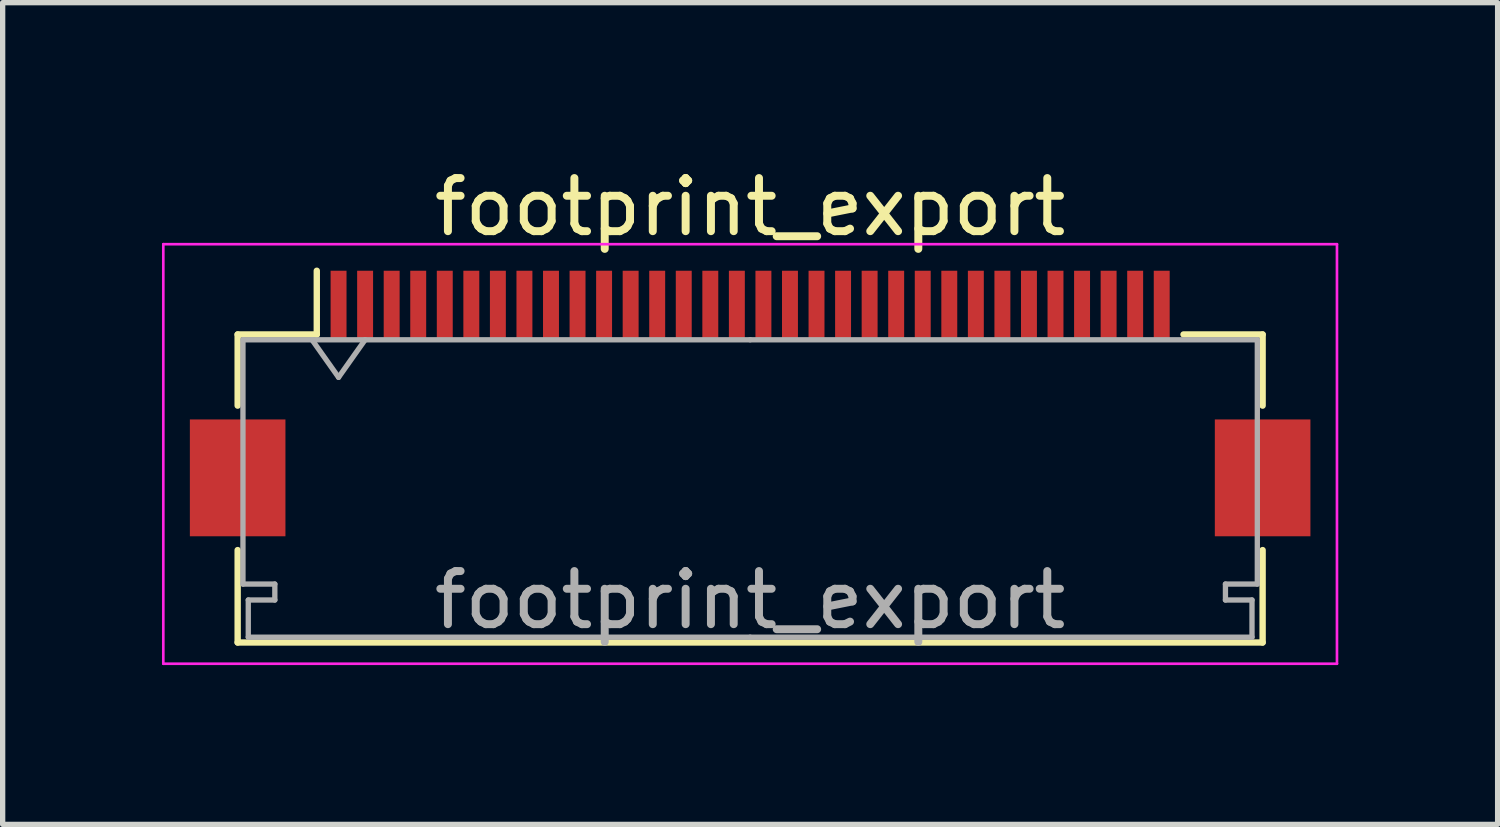
<source format=kicad_pcb>
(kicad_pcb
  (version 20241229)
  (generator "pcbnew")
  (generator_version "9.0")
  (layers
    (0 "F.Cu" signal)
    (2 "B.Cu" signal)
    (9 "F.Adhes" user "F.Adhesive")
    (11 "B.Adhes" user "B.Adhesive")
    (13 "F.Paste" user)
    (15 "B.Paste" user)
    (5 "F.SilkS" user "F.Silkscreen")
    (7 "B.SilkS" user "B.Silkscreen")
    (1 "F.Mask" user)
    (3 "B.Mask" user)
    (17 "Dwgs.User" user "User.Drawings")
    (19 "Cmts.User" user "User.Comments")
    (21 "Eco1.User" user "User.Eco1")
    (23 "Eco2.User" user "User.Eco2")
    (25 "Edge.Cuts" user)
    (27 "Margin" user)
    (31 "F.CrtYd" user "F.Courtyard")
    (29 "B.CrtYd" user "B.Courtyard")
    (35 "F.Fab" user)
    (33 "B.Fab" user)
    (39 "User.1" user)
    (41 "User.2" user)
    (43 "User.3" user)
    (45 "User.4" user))
  (footprint "footprint_export"
    (layer "F.Cu")
    (at 11.075 4.548)
    (property "Reference" "footprint_export" (at 0 -3.7 0) (layer "F.SilkS") (effects (font (size 1 1) (thickness 0.15))))
    (attr smd)
    (fp_line (start -9.65 -1.3) (end -9.65 0.04) (stroke (width 0.12) (type solid)) (layer "F.SilkS"))
    (fp_line (start -9.65 2.76) (end -9.65 4.5) (stroke (width 0.12) (type solid)) (layer "F.SilkS"))
    (fp_line (start -9.65 4.5) (end 9.65 4.5) (stroke (width 0.12) (type solid)) (layer "F.SilkS"))
    (fp_line (start -8.16 -1.3) (end -9.65 -1.3) (stroke (width 0.12) (type solid)) (layer "F.SilkS"))
    (fp_line (start -8.16 -1.3) (end -8.16 -2.5) (stroke (width 0.12) (type solid)) (layer "F.SilkS"))
    (fp_line (start 8.16 -1.3) (end 9.65 -1.3) (stroke (width 0.12) (type solid)) (layer "F.SilkS"))
    (fp_line (start 9.65 -1.3) (end 9.65 0.04) (stroke (width 0.12) (type solid)) (layer "F.SilkS"))
    (fp_line (start 9.65 4.5) (end 9.65 2.76) (stroke (width 0.12) (type solid)) (layer "F.SilkS"))
    (fp_line (start -11.05 -3) (end -11.05 4.9) (stroke (width 0.05) (type solid)) (layer "F.CrtYd"))
    (fp_line (start -11.05 4.9) (end 11.05 4.9) (stroke (width 0.05) (type solid)) (layer "F.CrtYd"))
    (fp_line (start 11.05 -3) (end -11.05 -3) (stroke (width 0.05) (type solid)) (layer "F.CrtYd"))
    (fp_line (start 11.05 4.9) (end 11.05 -3) (stroke (width 0.05) (type solid)) (layer "F.CrtYd"))
    (fp_line (start -9.55 -1.2) (end -9.55 3.4) (stroke (width 0.1) (type solid)) (layer "F.Fab"))
    (fp_line (start -9.55 3.4) (end -8.95 3.4) (stroke (width 0.1) (type solid)) (layer "F.Fab"))
    (fp_line (start -9.45 3.7) (end -9.45 4.4) (stroke (width 0.1) (type solid)) (layer "F.Fab"))
    (fp_line (start -9.45 4.4) (end 0 4.4) (stroke (width 0.1) (type solid)) (layer "F.Fab"))
    (fp_line (start -8.95 3.4) (end -8.95 3.7) (stroke (width 0.1) (type solid)) (layer "F.Fab"))
    (fp_line (start -8.95 3.7) (end -9.45 3.7) (stroke (width 0.1) (type solid)) (layer "F.Fab"))
    (fp_line (start -8.25 -1.2) (end -7.75 -0.493) (stroke (width 0.1) (type solid)) (layer "F.Fab"))
    (fp_line (start -7.75 -0.493) (end -7.25 -1.2) (stroke (width 0.1) (type solid)) (layer "F.Fab"))
    (fp_line (start 0 -1.2) (end -9.55 -1.2) (stroke (width 0.1) (type solid)) (layer "F.Fab"))
    (fp_line (start 0 -1.2) (end 9.55 -1.2) (stroke (width 0.1) (type solid)) (layer "F.Fab"))
    (fp_line (start 8.95 3.4) (end 8.95 3.7) (stroke (width 0.1) (type solid)) (layer "F.Fab"))
    (fp_line (start 8.95 3.7) (end 9.45 3.7) (stroke (width 0.1) (type solid)) (layer "F.Fab"))
    (fp_line (start 9.45 3.7) (end 9.45 4.4) (stroke (width 0.1) (type solid)) (layer "F.Fab"))
    (fp_line (start 9.45 4.4) (end 0 4.4) (stroke (width 0.1) (type solid)) (layer "F.Fab"))
    (fp_line (start 9.55 -1.2) (end 9.55 3.4) (stroke (width 0.1) (type solid)) (layer "F.Fab"))
    (fp_line (start 9.55 3.4) (end 8.95 3.4) (stroke (width 0.1) (type solid)) (layer "F.Fab"))
    (fp_text user "${REFERENCE}" (at 0 3.7 0) (layer "F.Fab") (effects (font (size 1 1) (thickness 0.15))))
    (pad "1" smd rect (at -7.75 -1.85) (size 0.3 1.3) (layers "F.Cu" "F.Mask" "F.Paste"))
    (pad "2" smd rect (at -7.25 -1.85) (size 0.3 1.3) (layers "F.Cu" "F.Mask" "F.Paste"))
    (pad "3" smd rect (at -6.75 -1.85) (size 0.3 1.3) (layers "F.Cu" "F.Mask" "F.Paste"))
    (pad "4" smd rect (at -6.25 -1.85) (size 0.3 1.3) (layers "F.Cu" "F.Mask" "F.Paste"))
    (pad "5" smd rect (at -5.75 -1.85) (size 0.3 1.3) (layers "F.Cu" "F.Mask" "F.Paste"))
    (pad "6" smd rect (at -5.25 -1.85) (size 0.3 1.3) (layers "F.Cu" "F.Mask" "F.Paste"))
    (pad "7" smd rect (at -4.75 -1.85) (size 0.3 1.3) (layers "F.Cu" "F.Mask" "F.Paste"))
    (pad "8" smd rect (at -4.25 -1.85) (size 0.3 1.3) (layers "F.Cu" "F.Mask" "F.Paste"))
    (pad "9" smd rect (at -3.75 -1.85) (size 0.3 1.3) (layers "F.Cu" "F.Mask" "F.Paste"))
    (pad "10" smd rect (at -3.25 -1.85) (size 0.3 1.3) (layers "F.Cu" "F.Mask" "F.Paste"))
    (pad "11" smd rect (at -2.75 -1.85) (size 0.3 1.3) (layers "F.Cu" "F.Mask" "F.Paste"))
    (pad "12" smd rect (at -2.25 -1.85) (size 0.3 1.3) (layers "F.Cu" "F.Mask" "F.Paste"))
    (pad "13" smd rect (at -1.75 -1.85) (size 0.3 1.3) (layers "F.Cu" "F.Mask" "F.Paste"))
    (pad "14" smd rect (at -1.25 -1.85) (size 0.3 1.3) (layers "F.Cu" "F.Mask" "F.Paste"))
    (pad "15" smd rect (at -0.75 -1.85) (size 0.3 1.3) (layers "F.Cu" "F.Mask" "F.Paste"))
    (pad "16" smd rect (at -0.25 -1.85) (size 0.3 1.3) (layers "F.Cu" "F.Mask" "F.Paste"))
    (pad "17" smd rect (at 0.25 -1.85) (size 0.3 1.3) (layers "F.Cu" "F.Mask" "F.Paste"))
    (pad "18" smd rect (at 0.75 -1.85) (size 0.3 1.3) (layers "F.Cu" "F.Mask" "F.Paste"))
    (pad "19" smd rect (at 1.25 -1.85) (size 0.3 1.3) (layers "F.Cu" "F.Mask" "F.Paste"))
    (pad "20" smd rect (at 1.75 -1.85) (size 0.3 1.3) (layers "F.Cu" "F.Mask" "F.Paste"))
    (pad "21" smd rect (at 2.25 -1.85) (size 0.3 1.3) (layers "F.Cu" "F.Mask" "F.Paste"))
    (pad "22" smd rect (at 2.75 -1.85) (size 0.3 1.3) (layers "F.Cu" "F.Mask" "F.Paste"))
    (pad "23" smd rect (at 3.25 -1.85) (size 0.3 1.3) (layers "F.Cu" "F.Mask" "F.Paste"))
    (pad "24" smd rect (at 3.75 -1.85) (size 0.3 1.3) (layers "F.Cu" "F.Mask" "F.Paste"))
    (pad "25" smd rect (at 4.25 -1.85) (size 0.3 1.3) (layers "F.Cu" "F.Mask" "F.Paste"))
    (pad "26" smd rect (at 4.75 -1.85) (size 0.3 1.3) (layers "F.Cu" "F.Mask" "F.Paste"))
    (pad "27" smd rect (at 5.25 -1.85) (size 0.3 1.3) (layers "F.Cu" "F.Mask" "F.Paste"))
    (pad "28" smd rect (at 5.75 -1.85) (size 0.3 1.3) (layers "F.Cu" "F.Mask" "F.Paste"))
    (pad "29" smd rect (at 6.25 -1.85) (size 0.3 1.3) (layers "F.Cu" "F.Mask" "F.Paste"))
    (pad "30" smd rect (at 6.75 -1.85) (size 0.3 1.3) (layers "F.Cu" "F.Mask" "F.Paste"))
    (pad "31" smd rect (at 7.25 -1.85) (size 0.3 1.3) (layers "F.Cu" "F.Mask" "F.Paste"))
    (pad "32" smd rect (at 7.75 -1.85) (size 0.3 1.3) (layers "F.Cu" "F.Mask" "F.Paste"))
    (pad "MP" smd rect (at -9.65 1.4) (size 1.8 2.2) (layers "F.Cu" "F.Mask" "F.Paste"))
    (pad "MP" smd rect (at 9.65 1.4) (size 1.8 2.2) (layers "F.Cu" "F.Mask" "F.Paste")))
  (gr_rect
    (start -3 -3)
    (end 25.15 12.473)
    (stroke (width 0.1) (type default))
    (fill no)
    (layer "Edge.Cuts")))
</source>
